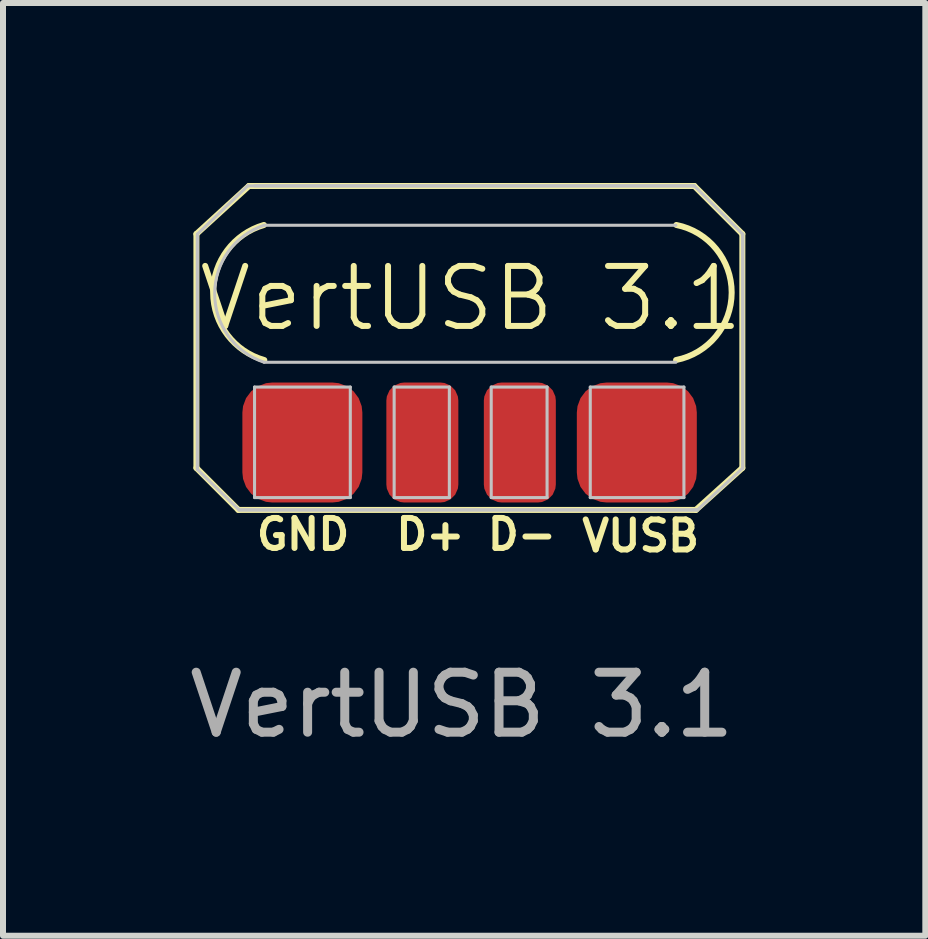
<source format=kicad_pcb>
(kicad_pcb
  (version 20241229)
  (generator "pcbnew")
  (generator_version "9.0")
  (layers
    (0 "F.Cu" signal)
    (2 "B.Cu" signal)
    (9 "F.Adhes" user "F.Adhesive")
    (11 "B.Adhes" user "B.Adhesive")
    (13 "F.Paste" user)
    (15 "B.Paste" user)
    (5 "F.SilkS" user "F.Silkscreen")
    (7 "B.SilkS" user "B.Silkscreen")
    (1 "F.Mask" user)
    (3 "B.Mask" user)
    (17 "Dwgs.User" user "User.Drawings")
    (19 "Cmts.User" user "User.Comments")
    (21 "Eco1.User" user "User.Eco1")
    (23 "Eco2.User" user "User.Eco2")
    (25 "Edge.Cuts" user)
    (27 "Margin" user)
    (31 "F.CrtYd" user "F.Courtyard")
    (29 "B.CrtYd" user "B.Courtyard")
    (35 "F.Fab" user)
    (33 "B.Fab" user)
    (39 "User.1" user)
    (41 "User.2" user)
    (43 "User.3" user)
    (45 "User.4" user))
  (footprint "VertUSB 3.1"
    (layer "F.Cu")
    (at 4.824 4.3)
    (property "Reference" "VertUSB 3.1" (at -0.025 -2.375 0) (unlocked yes) (layer "F.SilkS") (effects (font (size 1 1) (thickness 0.1))))
    (attr smd)
    (fp_line (start -4.6 -3.45) (end -4.6 0.45) (stroke (width 0.1) (type default)) (layer "F.SilkS"))
    (fp_line (start -4.6 0.45) (end -3.9 1.15) (stroke (width 0.1) (type default)) (layer "F.SilkS"))
    (fp_line (start -3.9 1.15) (end 3.725 1.15) (stroke (width 0.1) (type default)) (layer "F.SilkS"))
    (fp_line (start -3.725 -4.25) (end -4.6 -3.45) (stroke (width 0.1) (type default)) (layer "F.SilkS"))
    (fp_line (start 3.7 -4.25) (end -3.725 -4.25) (stroke (width 0.1) (type default)) (layer "F.SilkS"))
    (fp_line (start 3.725 1.15) (end 4.5 0.45) (stroke (width 0.1) (type default)) (layer "F.SilkS"))
    (fp_line (start 4.5 -3.45) (end 3.7 -4.25) (stroke (width 0.1) (type default)) (layer "F.SilkS"))
    (fp_line (start 4.5 0.45) (end 4.5 -3.45) (stroke (width 0.1) (type default)) (layer "F.SilkS"))
    (fp_arc (start -3.468462 -1.348133) (mid -4.320998 -2.4716) (end -3.475 -3.599999) (stroke (width 0.1) (type default)) (layer "F.SilkS"))
    (fp_arc (start 3.4 -3.6) (mid 4.322277 -2.4726) (end 3.395291 -1.349069) (stroke (width 0.1) (type default)) (layer "F.SilkS"))
    (fp_line (start -4.584 -3.424) (end -4.584 0.474) (stroke (width 0.051) (type solid)) (layer "Dwgs.User"))
    (fp_line (start -4.584 0.474) (end -4.584 -3.448) (stroke (width 0.051) (type solid)) (layer "Dwgs.User"))
    (fp_line (start -4.584 0.474) (end -3.889 1.15) (stroke (width 0.051) (type solid)) (layer "Dwgs.User"))
    (fp_line (start -3.889 1.15) (end 3.75 1.15) (stroke (width 0.051) (type solid)) (layer "Dwgs.User"))
    (fp_line (start -3.743 -4.252) (end -4.584 -3.448) (stroke (width 0.051) (type solid)) (layer "Dwgs.User"))
    (fp_line (start -3.743 -4.252) (end 3.698 -4.252) (stroke (width 0.051) (type solid)) (layer "Dwgs.User"))
    (fp_line (start -3.631 -4.252) (end 3.698 -4.252) (stroke (width 0.051) (type solid)) (layer "Dwgs.User"))
    (fp_line (start -3.631 -0.898) (end -3.631 0.944) (stroke (width 0.051) (type solid)) (layer "Dwgs.User"))
    (fp_line (start -3.631 -0.898) (end -2.035 -0.898) (stroke (width 0.051) (type solid)) (layer "Dwgs.User"))
    (fp_line (start -3.631 0.944) (end -2.035 0.944) (stroke (width 0.051) (type solid)) (layer "Dwgs.User"))
    (fp_line (start -3.471 -3.595) (end 3.392 -3.595) (stroke (width 0.051) (type solid)) (layer "Dwgs.User"))
    (fp_line (start -3.471 -1.311) (end 3.392 -1.311) (stroke (width 0.051) (type solid)) (layer "Dwgs.User"))
    (fp_line (start -2.035 -0.898) (end -2.035 0.944) (stroke (width 0.051) (type solid)) (layer "Dwgs.User"))
    (fp_line (start -1.304 -0.898) (end -1.304 0.944) (stroke (width 0.051) (type solid)) (layer "Dwgs.User"))
    (fp_line (start -1.304 -0.898) (end -0.384 -0.898) (stroke (width 0.051) (type solid)) (layer "Dwgs.User"))
    (fp_line (start -1.304 0.944) (end -0.384 0.944) (stroke (width 0.051) (type solid)) (layer "Dwgs.User"))
    (fp_line (start -0.384 -0.898) (end -0.384 0.944) (stroke (width 0.051) (type solid)) (layer "Dwgs.User"))
    (fp_line (start 0.314 -0.898) (end 0.314 0.944) (stroke (width 0.051) (type solid)) (layer "Dwgs.User"))
    (fp_line (start 0.314 -0.898) (end 1.245 -0.898) (stroke (width 0.051) (type solid)) (layer "Dwgs.User"))
    (fp_line (start 0.314 0.944) (end 1.245 0.944) (stroke (width 0.051) (type solid)) (layer "Dwgs.User"))
    (fp_line (start 1.245 -0.898) (end 1.245 0.944) (stroke (width 0.051) (type solid)) (layer "Dwgs.User"))
    (fp_line (start 1.965 -0.898) (end 1.965 0.944) (stroke (width 0.051) (type solid)) (layer "Dwgs.User"))
    (fp_line (start 1.965 -0.898) (end 3.526 -0.898) (stroke (width 0.051) (type solid)) (layer "Dwgs.User"))
    (fp_line (start 1.965 0.944) (end 3.526 0.944) (stroke (width 0.051) (type solid)) (layer "Dwgs.User"))
    (fp_line (start 3.526 -0.898) (end 3.526 0.944) (stroke (width 0.051) (type solid)) (layer "Dwgs.User"))
    (fp_line (start 3.698 -4.252) (end 4.506 -3.448) (stroke (width 0.051) (type solid)) (layer "Dwgs.User"))
    (fp_line (start 3.75 1.15) (end -3.889 1.15) (stroke (width 0.051) (type solid)) (layer "Dwgs.User"))
    (fp_line (start 3.75 1.15) (end 4.506 0.453) (stroke (width 0.051) (type solid)) (layer "Dwgs.User"))
    (fp_line (start 4.506 0.453) (end 4.506 -3.448) (stroke (width 0.051) (type solid)) (layer "Dwgs.User"))
    (fp_line (start 4.506 0.453) (end 4.506 -3.448) (stroke (width 0.051) (type solid)) (layer "Dwgs.User"))
    (fp_arc (start -3.470601 -1.311372) (mid -4.295706 -2.45343) (end -3.470601 -3.595488) (stroke (width 0.05075) (type solid)) (layer "Dwgs.User"))
    (fp_text user "VUSB" (at 1.775 1.875 0) (unlocked yes) (layer "F.SilkS") (effects (font (size 0.5 0.5) (thickness 0.1)) (justify left bottom)))
    (fp_text user "GND" (at -3.65 1.85 0) (unlocked yes) (layer "F.SilkS") (effects (font (size 0.5 0.5) (thickness 0.1)) (justify left bottom)))
    (fp_text user "D-" (at 0.2 1.85 0) (unlocked yes) (layer "F.SilkS") (effects (font (size 0.5 0.5) (thickness 0.1)) (justify left bottom)))
    (fp_text user "D+" (at -1.325 1.85 0) (unlocked yes) (layer "F.SilkS") (effects (font (size 0.5 0.5) (thickness 0.1)) (justify left bottom)))
    (fp_text user "${REFERENCE}" (at -0.175 4.4 0) (unlocked yes) (layer "F.Fab") (effects (font (size 1 1) (thickness 0.15))))
    (pad "1" smd roundrect (at -2.834 0.026) (size 2 2) (layers "F.Cu" "F.Mask" "F.Paste") (roundrect_rratio 0.25))
    (pad "2" smd roundrect (at 2.741 0.026) (size 2 2) (layers "F.Cu" "F.Mask" "F.Paste") (roundrect_rratio 0.25))
    (pad "3" smd roundrect (at -0.834 0.026) (size 1.2 2) (layers "F.Cu" "F.Mask" "F.Paste") (roundrect_rratio 0.25))
    (pad "4" smd roundrect (at 0.791 0.026) (size 1.2 2) (layers "F.Cu" "F.Mask" "F.Paste") (roundrect_rratio 0.25)))
  (gr_rect
    (start -3 -3)
    (end 12.374 12.548)
    (stroke (width 0.1) (type default))
    (fill no)
    (layer "Edge.Cuts")))
</source>
